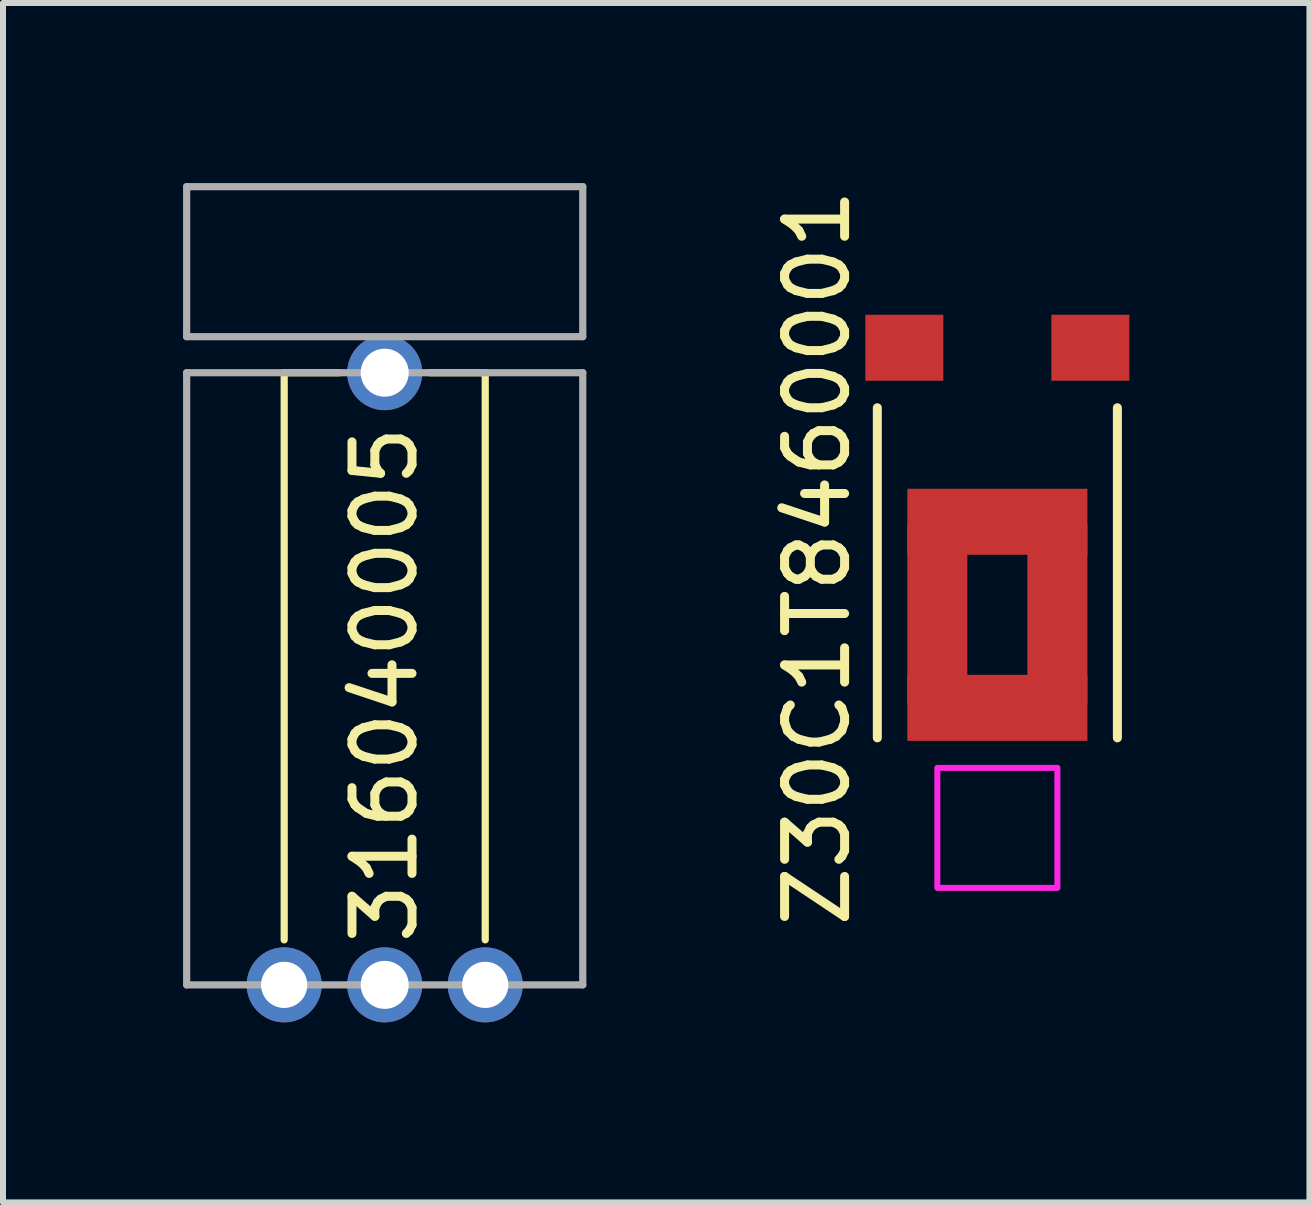
<source format=kicad_pcb>
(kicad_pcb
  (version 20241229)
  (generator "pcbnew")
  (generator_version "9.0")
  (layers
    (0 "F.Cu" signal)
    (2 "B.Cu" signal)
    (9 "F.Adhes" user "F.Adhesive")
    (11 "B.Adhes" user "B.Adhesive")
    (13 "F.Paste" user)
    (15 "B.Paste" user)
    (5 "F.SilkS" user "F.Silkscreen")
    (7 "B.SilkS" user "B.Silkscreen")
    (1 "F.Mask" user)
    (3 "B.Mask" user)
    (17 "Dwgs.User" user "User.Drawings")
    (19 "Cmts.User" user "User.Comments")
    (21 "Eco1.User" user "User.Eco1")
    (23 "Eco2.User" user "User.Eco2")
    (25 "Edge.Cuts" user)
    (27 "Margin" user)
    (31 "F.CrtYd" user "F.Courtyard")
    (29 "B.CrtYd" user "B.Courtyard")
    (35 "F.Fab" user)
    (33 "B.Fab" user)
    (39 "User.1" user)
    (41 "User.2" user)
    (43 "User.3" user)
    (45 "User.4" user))
  (footprint "316040005"
    (layer "F.Cu")
    (at 3.36 13.36)
    (property "Reference" "316040005" (at 0 -5 90) (layer "F.SilkS") (effects (font (size 1 1) (thickness 0.15))))
    (attr through_hole)
    (fp_line (start -1.675 -10.2) (end -0.75 -10.2) (stroke (width 0.12) (type solid)) (layer "F.SilkS"))
    (fp_line (start -1.675 -0.75) (end -1.675 -10.2) (stroke (width 0.12) (type solid)) (layer "F.SilkS"))
    (fp_line (start 1.675 -10.2) (end 0.75 -10.2) (stroke (width 0.12) (type solid)) (layer "F.SilkS"))
    (fp_line (start 1.675 -10.2) (end 1.675 -0.75) (stroke (width 0.12) (type solid)) (layer "F.SilkS"))
    (fp_line (start -3.3 -13.3) (end 3.3 -13.3) (stroke (width 0.12) (type solid)) (layer "F.Fab"))
    (fp_line (start -3.3 -10.8) (end -3.3 -13.3) (stroke (width 0.12) (type solid)) (layer "F.Fab"))
    (fp_line (start -3.3 -10.2) (end -3.3 0) (stroke (width 0.12) (type solid)) (layer "F.Fab"))
    (fp_line (start 3.3 -13.3) (end 3.3 -10.8) (stroke (width 0.12) (type solid)) (layer "F.Fab"))
    (fp_line (start 3.3 -10.8) (end -3.3 -10.8) (stroke (width 0.12) (type solid)) (layer "F.Fab"))
    (fp_line (start 3.3 -10.2) (end -3.3 -10.2) (stroke (width 0.12) (type solid)) (layer "F.Fab"))
    (fp_line (start 3.3 0) (end -3.3 0) (stroke (width 0.12) (type solid)) (layer "F.Fab"))
    (fp_line (start 3.3 0) (end 3.3 -10.2) (stroke (width 0.12) (type solid)) (layer "F.Fab"))
    (pad "" thru_hole circle (at 0 -10.2) (size 1.25 1.25) (drill 0.8) (layers "*.Cu" "*.Mask"))
    (pad "" thru_hole circle (at 0 0) (size 1.25 1.25) (drill 0.8) (layers "*.Cu" "*.Mask"))
    (pad "1" thru_hole circle (at -1.675 0) (size 1.25 1.25) (drill 0.77) (layers "*.Cu" "*.Mask"))
    (pad "2" thru_hole circle (at 1.675 0) (size 1.25 1.25) (drill 0.77) (layers "*.Cu" "*.Mask")))
  (footprint "Z30C1T8460001"
    (layer "F.Cu")
    (at 13.568 2.744)
    (property "Reference" "Z30C1T8460001" (at -3 3.5 90) (layer "F.SilkS") (effects (font (size 1 1) (thickness 0.15))))
    (attr through_hole)
    (fp_line (start -2 1) (end -2 6.5) (stroke (width 0.15) (type solid)) (layer "F.SilkS"))
    (fp_line (start 2 1) (end 2 6.5) (stroke (width 0.15) (type solid)) (layer "F.SilkS"))
    (fp_poly (pts (xy -1 7) (xy -1 9) (xy 1 9) (xy 1 7)) (stroke (width 0.1) (type solid)) (fill no) (layer "F.CrtYd"))
    (pad "1" smd rect (at -1.55 0) (size 1.3 1.1) (layers "F.Cu" "F.Mask" "F.Paste"))
    (pad "2" smd rect (at 1.55 0) (size 1.3 1.1) (layers "F.Cu" "F.Mask" "F.Paste"))
    (pad "3" smd rect (at -1 4.45 270) (size 3 1) (layers "F.Cu" "F.Mask" "F.Paste"))
    (pad "3" smd rect (at 0 2.9) (size 3 1.1) (layers "F.Cu" "F.Mask" "F.Paste"))
    (pad "3" smd rect (at 0 6 180) (size 3 1.1) (layers "F.Cu" "F.Mask" "F.Paste"))
    (pad "3" smd rect (at 1 4.45 270) (size 3 1) (layers "F.Cu" "F.Mask" "F.Paste")))
  (gr_rect
    (start -3 -3)
    (end 18.768 16.985)
    (stroke (width 0.1) (type default))
    (fill no)
    (layer "Edge.Cuts")))
</source>
